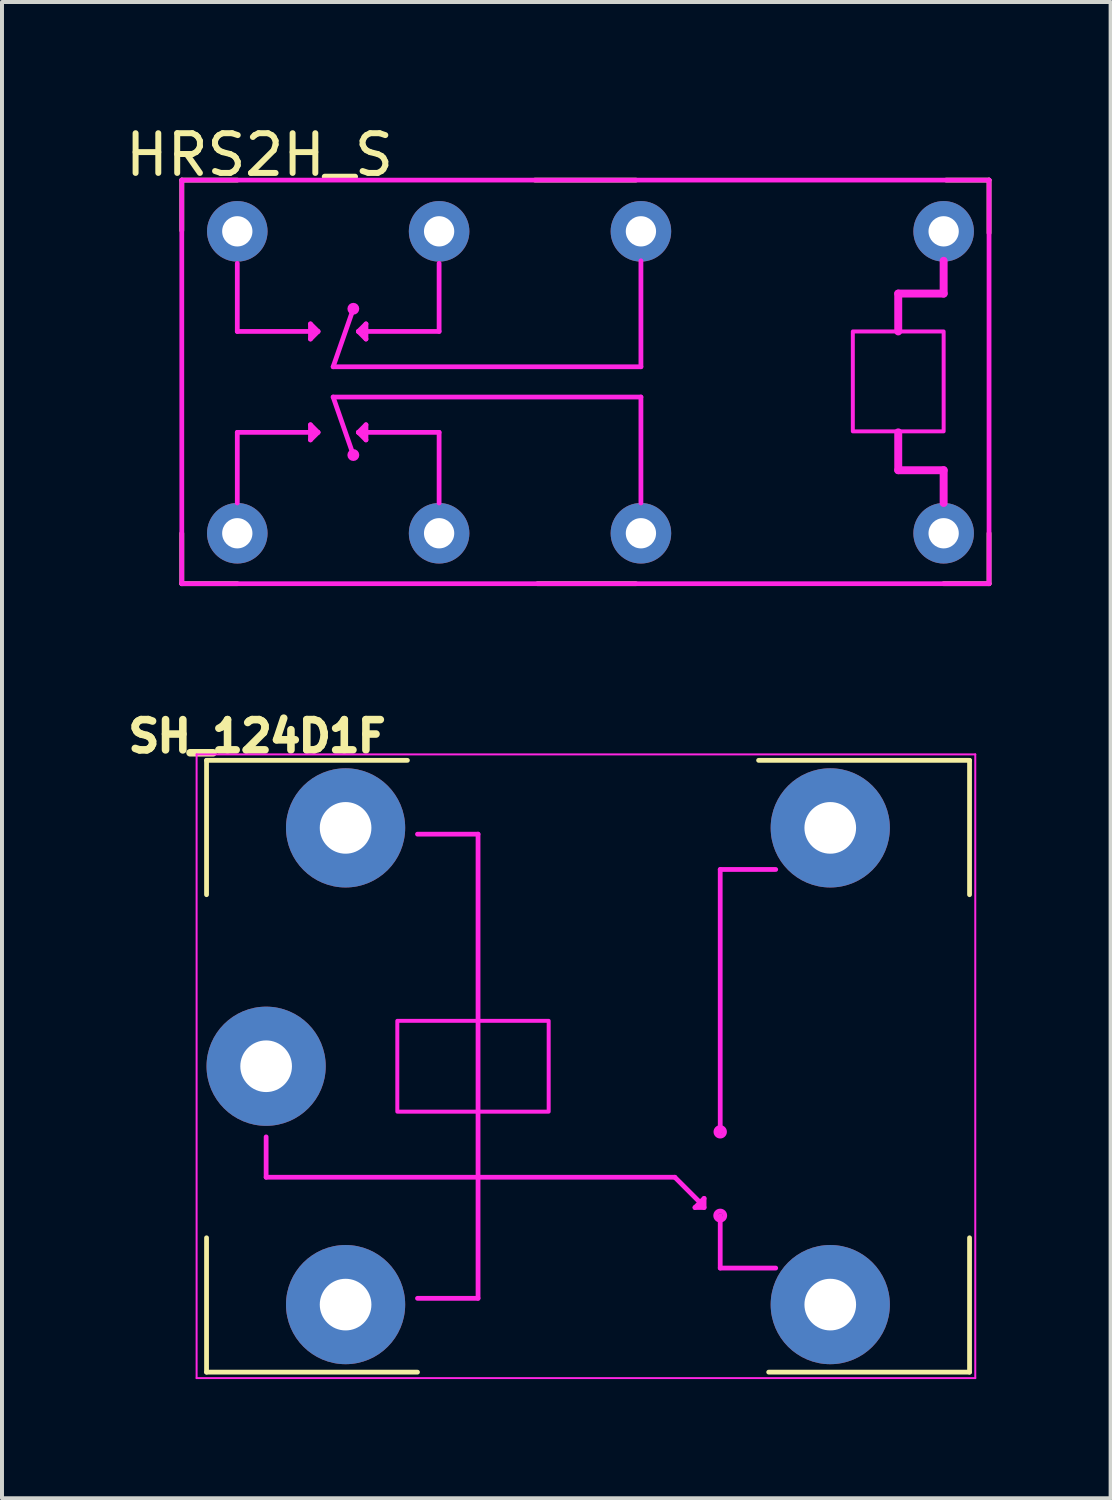
<source format=kicad_pcb>
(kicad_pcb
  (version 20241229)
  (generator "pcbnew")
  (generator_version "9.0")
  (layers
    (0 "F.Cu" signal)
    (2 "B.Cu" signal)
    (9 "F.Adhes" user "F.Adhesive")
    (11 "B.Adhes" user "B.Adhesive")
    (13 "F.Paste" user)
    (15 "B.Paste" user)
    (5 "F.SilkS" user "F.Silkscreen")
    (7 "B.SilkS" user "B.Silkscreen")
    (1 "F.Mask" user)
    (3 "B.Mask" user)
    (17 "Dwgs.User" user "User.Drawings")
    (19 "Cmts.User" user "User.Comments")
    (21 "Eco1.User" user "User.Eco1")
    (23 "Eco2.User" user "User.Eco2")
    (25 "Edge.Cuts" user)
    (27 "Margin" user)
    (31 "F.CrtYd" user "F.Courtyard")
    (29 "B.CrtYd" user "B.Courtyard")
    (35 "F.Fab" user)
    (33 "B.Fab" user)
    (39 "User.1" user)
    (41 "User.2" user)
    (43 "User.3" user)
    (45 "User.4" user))
  (footprint "HRS2H_S"
    (layer "F.Cu")
    (at 11.686 6.563)
    (property "Reference" "HRS2H_S" (at -8.204 -5.715 0) (layer "F.SilkS") (effects (font (size 1 1) (thickness 0.15))))
    (attr through_hole)
    (fp_line (start -10.16 -5.08) (end -10.16 -3.81) (stroke (width 0.12) (type solid)) (layer "F.SilkS"))
    (fp_line (start -10.16 -5.08) (end -8.763 -5.08) (stroke (width 0.12) (type solid)) (layer "F.SilkS"))
    (fp_line (start -10.16 5.08) (end -10.16 3.81) (stroke (width 0.12) (type solid)) (layer "F.SilkS"))
    (fp_line (start -8.763 5.08) (end -10.16 5.08) (stroke (width 0.12) (type solid)) (layer "F.SilkS"))
    (fp_line (start -1.27 -5.08) (end 1.27 -5.08) (stroke (width 0.12) (type solid)) (layer "F.SilkS"))
    (fp_line (start -1.206 5.08) (end 1.27 5.08) (stroke (width 0.12) (type solid)) (layer "F.SilkS"))
    (fp_line (start 9.017 5.08) (end 10.16 5.08) (stroke (width 0.12) (type solid)) (layer "F.SilkS"))
    (fp_line (start 9.081 -5.08) (end 10.16 -5.08) (stroke (width 0.12) (type solid)) (layer "F.SilkS"))
    (fp_line (start 10.16 -5.08) (end 10.16 -3.747) (stroke (width 0.12) (type solid)) (layer "F.SilkS"))
    (fp_line (start 10.16 5.08) (end 10.16 3.81) (stroke (width 0.12) (type solid)) (layer "F.SilkS"))
    (fp_line (start -10.16 -5.08) (end 10.16 -5.08) (stroke (width 0.12) (type solid)) (layer "F.CrtYd"))
    (fp_line (start -10.16 5.08) (end -10.16 -5.08) (stroke (width 0.12) (type solid)) (layer "F.CrtYd"))
    (fp_line (start -8.763 -1.27) (end -8.763 -2.985) (stroke (width 0.12) (type solid)) (layer "F.CrtYd"))
    (fp_line (start -8.763 -1.27) (end -6.731 -1.27) (stroke (width 0.12) (type solid)) (layer "F.CrtYd"))
    (fp_line (start -8.763 1.27) (end -6.731 1.27) (stroke (width 0.12) (type solid)) (layer "F.CrtYd"))
    (fp_line (start -8.763 3.048) (end -8.763 1.27) (stroke (width 0.12) (type solid)) (layer "F.CrtYd"))
    (fp_line (start -6.921 -1.46) (end -6.731 -1.27) (stroke (width 0.12) (type solid)) (layer "F.CrtYd"))
    (fp_line (start -6.921 -1.079) (end -6.921 -1.46) (stroke (width 0.12) (type solid)) (layer "F.CrtYd"))
    (fp_line (start -6.921 1.079) (end -6.731 1.27) (stroke (width 0.12) (type solid)) (layer "F.CrtYd"))
    (fp_line (start -6.921 1.46) (end -6.921 1.079) (stroke (width 0.12) (type solid)) (layer "F.CrtYd"))
    (fp_line (start -6.731 -1.27) (end -6.921 -1.079) (stroke (width 0.12) (type solid)) (layer "F.CrtYd"))
    (fp_line (start -6.731 1.27) (end -6.921 1.46) (stroke (width 0.12) (type solid)) (layer "F.CrtYd"))
    (fp_line (start -6.35 -0.381) (end -5.842 -1.841) (stroke (width 0.12) (type solid)) (layer "F.CrtYd"))
    (fp_line (start -6.35 0.381) (end -5.842 1.841) (stroke (width 0.12) (type solid)) (layer "F.CrtYd"))
    (fp_line (start -5.715 -1.27) (end -5.524 -1.46) (stroke (width 0.12) (type solid)) (layer "F.CrtYd"))
    (fp_line (start -5.715 1.27) (end -5.524 1.079) (stroke (width 0.12) (type solid)) (layer "F.CrtYd"))
    (fp_line (start -5.524 -1.46) (end -5.524 -1.079) (stroke (width 0.12) (type solid)) (layer "F.CrtYd"))
    (fp_line (start -5.524 -1.079) (end -5.715 -1.27) (stroke (width 0.12) (type solid)) (layer "F.CrtYd"))
    (fp_line (start -5.524 1.079) (end -5.524 1.46) (stroke (width 0.12) (type solid)) (layer "F.CrtYd"))
    (fp_line (start -5.524 1.46) (end -5.715 1.27) (stroke (width 0.12) (type solid)) (layer "F.CrtYd"))
    (fp_line (start -3.683 -2.985) (end -3.683 -1.27) (stroke (width 0.12) (type solid)) (layer "F.CrtYd"))
    (fp_line (start -3.683 -1.27) (end -5.715 -1.27) (stroke (width 0.12) (type solid)) (layer "F.CrtYd"))
    (fp_line (start -3.683 1.27) (end -5.715 1.27) (stroke (width 0.12) (type solid)) (layer "F.CrtYd"))
    (fp_line (start -3.683 1.27) (end -3.683 3.048) (stroke (width 0.12) (type solid)) (layer "F.CrtYd"))
    (fp_line (start 1.397 -3.048) (end 1.397 -0.381) (stroke (width 0.12) (type solid)) (layer "F.CrtYd"))
    (fp_line (start 1.397 -0.381) (end -6.35 -0.381) (stroke (width 0.12) (type solid)) (layer "F.CrtYd"))
    (fp_line (start 1.397 0.381) (end -6.35 0.381) (stroke (width 0.12) (type solid)) (layer "F.CrtYd"))
    (fp_line (start 1.397 3.048) (end 1.397 0.381) (stroke (width 0.12) (type solid)) (layer "F.CrtYd"))
    (fp_line (start 7.874 -2.223) (end 7.874 -1.27) (stroke (width 0.2) (type solid)) (layer "F.CrtYd"))
    (fp_line (start 7.874 2.223) (end 7.874 1.27) (stroke (width 0.2) (type solid)) (layer "F.CrtYd"))
    (fp_line (start 9.017 -3.048) (end 9.017 -2.223) (stroke (width 0.2) (type solid)) (layer "F.CrtYd"))
    (fp_line (start 9.017 -2.223) (end 7.874 -2.223) (stroke (width 0.2) (type solid)) (layer "F.CrtYd"))
    (fp_line (start 9.017 2.223) (end 7.874 2.223) (stroke (width 0.2) (type solid)) (layer "F.CrtYd"))
    (fp_line (start 9.017 3.048) (end 9.017 2.223) (stroke (width 0.2) (type solid)) (layer "F.CrtYd"))
    (fp_line (start 10.16 -5.08) (end 10.16 5.08) (stroke (width 0.12) (type solid)) (layer "F.CrtYd"))
    (fp_line (start 10.16 5.08) (end -10.16 5.08) (stroke (width 0.12) (type solid)) (layer "F.CrtYd"))
    (fp_circle (center -5.842 -1.841) (end -5.779 -1.778) (stroke (width 0.12) (type solid)) (fill no) (layer "F.CrtYd"))
    (fp_circle (center -5.842 1.841) (end -5.779 1.905) (stroke (width 0.12) (type solid)) (fill no) (layer "F.CrtYd"))
    (fp_poly (pts (xy 9.017 1.245) (xy 6.731 1.245) (xy 6.731 -1.27) (xy 9.017 -1.27)) (stroke (width 0.1) (type solid)) (fill no) (layer "F.CrtYd"))
    (pad "11" thru_hole circle (at 1.397 -3.79 180) (size 1.524 1.524) (drill 0.762) (layers "*.Cu" "*.Mask"))
    (pad "12" thru_hole circle (at -3.683 -3.79 180) (size 1.524 1.524) (drill 0.762) (layers "*.Cu" "*.Mask"))
    (pad "14" thru_hole circle (at -8.763 -3.79 180) (size 1.524 1.524) (drill 0.762) (layers "*.Cu" "*.Mask"))
    (pad "21" thru_hole circle (at 1.397 3.81 180) (size 1.524 1.524) (drill 0.762) (layers "*.Cu" "*.Mask"))
    (pad "22" thru_hole circle (at -3.683 3.81 180) (size 1.524 1.524) (drill 0.762) (layers "*.Cu" "*.Mask"))
    (pad "24" thru_hole circle (at -8.763 3.81 180) (size 1.524 1.524) (drill 0.762) (layers "*.Cu" "*.Mask"))
    (pad "A1" thru_hole circle (at 9.017 3.81 180) (size 1.524 1.524) (drill 0.762) (layers "*.Cu" "*.Mask"))
    (pad "A2" thru_hole circle (at 9.017 -3.79 180) (size 1.524 1.524) (drill 0.762) (layers "*.Cu" "*.Mask")))
  (footprint "SH_124D1F"
    (layer "F.Cu")
    (at 11.752 23.789)
    (property "Reference" "SH_124D1F" (at -8.331 -8.306 0) (layer "F.SilkS") (effects (font (size 0.762 0.762) (thickness 0.191))))
    (attr through_hole)
    (fp_line (start -9.603 -7.7) (end -9.603 -4.318) (stroke (width 0.12) (type solid)) (layer "F.SilkS"))
    (fp_line (start -9.603 -7.7) (end -4.547 -7.7) (stroke (width 0.12) (type solid)) (layer "F.SilkS"))
    (fp_line (start -9.603 4.318) (end -9.603 7.7) (stroke (width 0.12) (type solid)) (layer "F.SilkS"))
    (fp_line (start -4.293 7.7) (end -9.603 7.7) (stroke (width 0.12) (type solid)) (layer "F.SilkS"))
    (fp_line (start 4.293 -7.7) (end 9.603 -7.7) (stroke (width 0.12) (type solid)) (layer "F.SilkS"))
    (fp_line (start 9.603 -4.318) (end 9.603 -7.7) (stroke (width 0.12) (type solid)) (layer "F.SilkS"))
    (fp_line (start 9.603 7.7) (end 4.547 7.7) (stroke (width 0.12) (type solid)) (layer "F.SilkS"))
    (fp_line (start 9.603 7.7) (end 9.603 4.318) (stroke (width 0.12) (type solid)) (layer "F.SilkS"))
    (fp_line (start -9.853 7.85) (end -9.853 -7.85) (stroke (width 0.05) (type solid)) (layer "F.CrtYd"))
    (fp_line (start -9.853 7.85) (end 9.747 7.85) (stroke (width 0.05) (type solid)) (layer "F.CrtYd"))
    (fp_line (start -8.103 1.778) (end -8.103 2.794) (stroke (width 0.12) (type solid)) (layer "F.CrtYd"))
    (fp_line (start -8.103 2.794) (end 2.184 2.794) (stroke (width 0.12) (type solid)) (layer "F.CrtYd"))
    (fp_line (start -4.293 -5.842) (end -2.769 -5.842) (stroke (width 0.12) (type solid)) (layer "F.CrtYd"))
    (fp_line (start -2.769 -5.842) (end -2.769 5.842) (stroke (width 0.12) (type solid)) (layer "F.CrtYd"))
    (fp_line (start -2.769 5.842) (end -4.293 5.842) (stroke (width 0.12) (type solid)) (layer "F.CrtYd"))
    (fp_line (start 2.184 2.794) (end 2.819 3.429) (stroke (width 0.12) (type solid)) (layer "F.CrtYd"))
    (fp_line (start 2.692 3.556) (end 2.845 3.404) (stroke (width 0.12) (type solid)) (layer "F.CrtYd"))
    (fp_line (start 2.819 3.429) (end 2.921 3.327) (stroke (width 0.12) (type solid)) (layer "F.CrtYd"))
    (fp_line (start 2.845 3.404) (end 2.87 3.48) (stroke (width 0.12) (type solid)) (layer "F.CrtYd"))
    (fp_line (start 2.921 3.327) (end 2.921 3.556) (stroke (width 0.12) (type solid)) (layer "F.CrtYd"))
    (fp_line (start 2.921 3.556) (end 2.692 3.556) (stroke (width 0.12) (type solid)) (layer "F.CrtYd"))
    (fp_line (start 3.327 -4.953) (end 3.327 1.651) (stroke (width 0.12) (type solid)) (layer "F.CrtYd"))
    (fp_line (start 3.327 5.08) (end 3.327 3.759) (stroke (width 0.12) (type solid)) (layer "F.CrtYd"))
    (fp_line (start 3.327 5.08) (end 4.724 5.08) (stroke (width 0.12) (type solid)) (layer "F.CrtYd"))
    (fp_line (start 4.724 -4.953) (end 3.327 -4.953) (stroke (width 0.12) (type solid)) (layer "F.CrtYd"))
    (fp_line (start 9.747 -7.85) (end -9.853 -7.85) (stroke (width 0.05) (type solid)) (layer "F.CrtYd"))
    (fp_line (start 9.747 -7.85) (end 9.747 7.85) (stroke (width 0.05) (type solid)) (layer "F.CrtYd"))
    (fp_circle (center 3.327 1.651) (end 3.404 1.727) (stroke (width 0.12) (type solid)) (fill no) (layer "F.CrtYd"))
    (fp_circle (center 3.327 3.759) (end 3.429 3.81) (stroke (width 0.12) (type solid)) (fill no) (layer "F.CrtYd"))
    (fp_poly (pts (xy -0.991 1.143) (xy -4.801 1.143) (xy -4.801 -1.143) (xy -0.991 -1.143)) (stroke (width 0.1) (type solid)) (fill no) (layer "F.CrtYd"))
    (pad "11" thru_hole circle (at -8.103 0) (size 3 3) (drill 1.3) (layers "*.Cu" "*.Mask"))
    (pad "12" thru_hole circle (at 6.097 -6) (size 3 3) (drill 1.3) (layers "*.Cu" "*.Mask"))
    (pad "14" thru_hole circle (at 6.097 6) (size 3 3) (drill 1.3) (layers "*.Cu" "*.Mask"))
    (pad "A1" thru_hole circle (at -6.103 6) (size 3 3) (drill 1.3) (layers "*.Cu" "*.Mask"))
    (pad "A2" thru_hole circle (at -6.103 -6) (size 3 3) (drill 1.3) (layers "*.Cu" "*.Mask")))
  (gr_rect
    (start -3 -3)
    (end 24.906 34.664)
    (stroke (width 0.1) (type default))
    (fill no)
    (layer "Edge.Cuts")))
</source>
